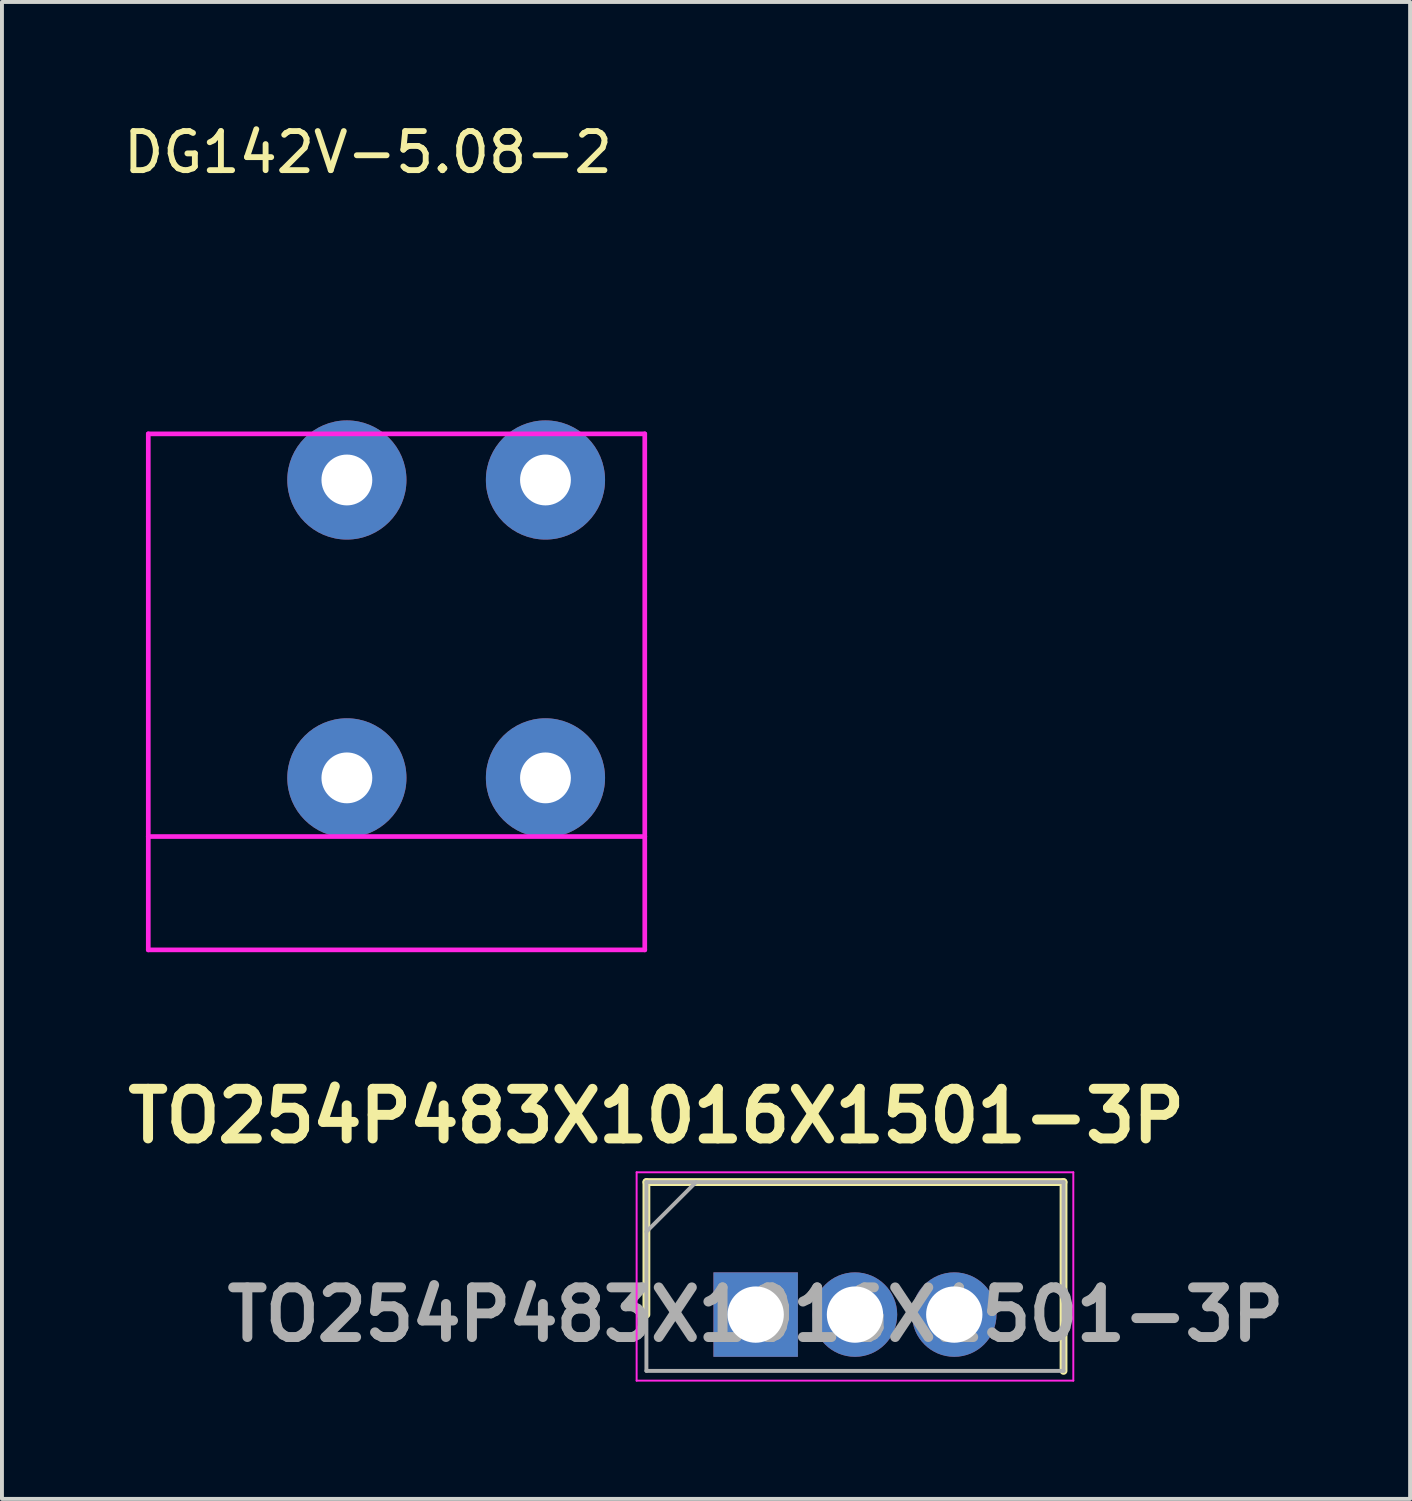
<source format=kicad_pcb>
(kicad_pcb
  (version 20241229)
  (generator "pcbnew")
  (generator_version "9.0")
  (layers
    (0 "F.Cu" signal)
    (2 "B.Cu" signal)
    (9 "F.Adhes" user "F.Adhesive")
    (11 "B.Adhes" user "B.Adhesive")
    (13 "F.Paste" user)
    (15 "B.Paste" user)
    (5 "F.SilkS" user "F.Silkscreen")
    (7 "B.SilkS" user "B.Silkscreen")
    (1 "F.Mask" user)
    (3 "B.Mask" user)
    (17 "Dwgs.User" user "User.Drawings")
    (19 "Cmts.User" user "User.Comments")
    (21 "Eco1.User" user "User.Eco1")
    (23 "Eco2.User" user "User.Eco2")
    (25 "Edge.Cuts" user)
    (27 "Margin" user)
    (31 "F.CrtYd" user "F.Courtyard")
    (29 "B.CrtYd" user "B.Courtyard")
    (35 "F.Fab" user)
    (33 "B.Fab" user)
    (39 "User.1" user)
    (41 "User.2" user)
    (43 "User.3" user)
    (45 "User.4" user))
  (footprint "TO254P483X1016X1501-3P"
    (layer "F.Cu")
    (at 16.28 30.577)
    (property "Reference" "TO254P483X1016X1501-3P" (at -2.54 -5.08 0) (layer "F.SilkS") (effects (font (size 1.27 1.27) (thickness 0.254))))
    (attr through_hole)
    (fp_line (start -2.795 -3.39) (end -2.795 0) (stroke (width 0.2) (type solid)) (layer "F.SilkS"))
    (fp_line (start 7.875 -3.39) (end -2.795 -3.39) (stroke (width 0.2) (type solid)) (layer "F.SilkS"))
    (fp_line (start 7.875 1.44) (end 7.875 -3.39) (stroke (width 0.2) (type solid)) (layer "F.SilkS"))
    (fp_line (start -3.045 -3.64) (end 8.125 -3.64) (stroke (width 0.05) (type solid)) (layer "F.CrtYd"))
    (fp_line (start -3.045 1.69) (end -3.045 -3.64) (stroke (width 0.05) (type solid)) (layer "F.CrtYd"))
    (fp_line (start 8.125 -3.64) (end 8.125 1.69) (stroke (width 0.05) (type solid)) (layer "F.CrtYd"))
    (fp_line (start 8.125 1.69) (end -3.045 1.69) (stroke (width 0.05) (type solid)) (layer "F.CrtYd"))
    (fp_line (start -2.795 -3.39) (end 7.875 -3.39) (stroke (width 0.1) (type solid)) (layer "F.Fab"))
    (fp_line (start -2.795 -2.12) (end -1.525 -3.39) (stroke (width 0.1) (type solid)) (layer "F.Fab"))
    (fp_line (start -2.795 1.44) (end -2.795 -3.39) (stroke (width 0.1) (type solid)) (layer "F.Fab"))
    (fp_line (start 7.875 -3.39) (end 7.875 1.44) (stroke (width 0.1) (type solid)) (layer "F.Fab"))
    (fp_line (start 7.875 1.44) (end -2.795 1.44) (stroke (width 0.1) (type solid)) (layer "F.Fab"))
    (fp_text user "${REFERENCE}" (at 0 0 0) (layer "F.Fab") (effects (font (size 1.27 1.27) (thickness 0.254))))
    (pad "1" thru_hole rect (at 0 0) (size 2.16 2.16) (drill 1.44) (layers "*.Cu" "*.Mask"))
    (pad "2" thru_hole circle (at 2.54 0) (size 2.16 2.16) (drill 1.44) (layers "*.Cu" "*.Mask"))
    (pad "3" thru_hole circle (at 5.08 0) (size 2.16 2.16) (drill 1.44) (layers "*.Cu" "*.Mask")))
  (footprint "DG142V-5.08-2"
    (layer "F.Cu")
    (at 8.363 16.848)
    (property "Reference" "DG142V-5.08-2" (at -2 -16 0) (layer "F.SilkS") (effects (font (size 1 1) (thickness 0.15))))
    (attr through_hole)
    (fp_line (start -7.62 -8.8) (end 5.08 -8.8) (stroke (width 0.12) (type solid)) (layer "F.CrtYd"))
    (fp_line (start -7.62 1.5) (end -7.62 -8.8) (stroke (width 0.12) (type solid)) (layer "F.CrtYd"))
    (fp_line (start -7.62 1.5) (end -7.62 4.4) (stroke (width 0.12) (type solid)) (layer "F.CrtYd"))
    (fp_line (start -7.62 1.5) (end 5.08 1.5) (stroke (width 0.12) (type solid)) (layer "F.CrtYd"))
    (fp_line (start -7.62 4.4) (end 5.08 4.4) (stroke (width 0.12) (type solid)) (layer "F.CrtYd"))
    (fp_line (start 5.08 1.5) (end 5.08 -8.8) (stroke (width 0.12) (type solid)) (layer "F.CrtYd"))
    (fp_line (start 5.08 1.5) (end 5.08 4.4) (stroke (width 0.12) (type solid)) (layer "F.CrtYd"))
    (pad "1" thru_hole circle (at -2.54 -7.62) (size 3.048 3.048) (drill 1.3) (layers "*.Cu" "*.Mask"))
    (pad "1" thru_hole circle (at -2.54 0) (size 3.048 3.048) (drill 1.3) (layers "*.Cu" "*.Mask"))
    (pad "2" thru_hole circle (at 2.54 -7.62) (size 3.048 3.048) (drill 1.3) (layers "*.Cu" "*.Mask"))
    (pad "2" thru_hole circle (at 2.54 0) (size 3.048 3.048) (drill 1.3) (layers "*.Cu" "*.Mask")))
  (gr_rect
    (start -3 -3)
    (end 33.02 35.292)
    (stroke (width 0.1) (type default))
    (fill no)
    (layer "Edge.Cuts")))
</source>
